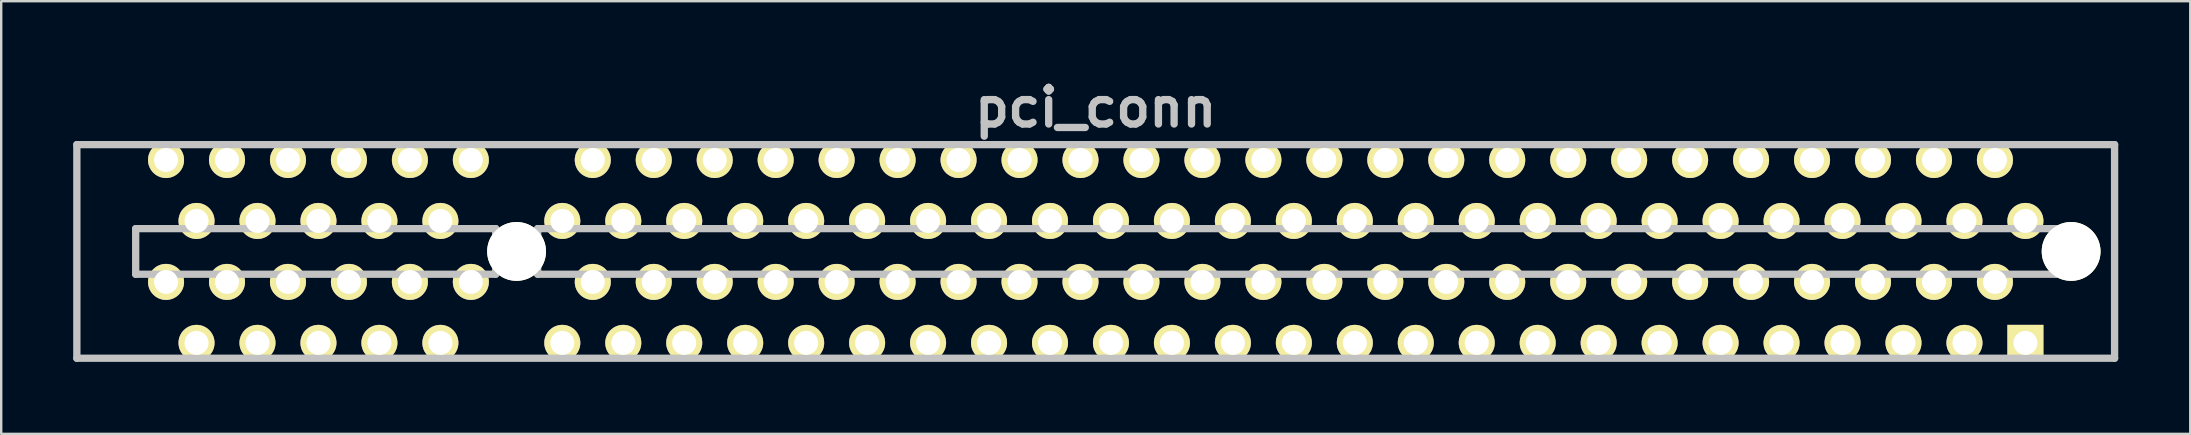
<source format=kicad_pcb>
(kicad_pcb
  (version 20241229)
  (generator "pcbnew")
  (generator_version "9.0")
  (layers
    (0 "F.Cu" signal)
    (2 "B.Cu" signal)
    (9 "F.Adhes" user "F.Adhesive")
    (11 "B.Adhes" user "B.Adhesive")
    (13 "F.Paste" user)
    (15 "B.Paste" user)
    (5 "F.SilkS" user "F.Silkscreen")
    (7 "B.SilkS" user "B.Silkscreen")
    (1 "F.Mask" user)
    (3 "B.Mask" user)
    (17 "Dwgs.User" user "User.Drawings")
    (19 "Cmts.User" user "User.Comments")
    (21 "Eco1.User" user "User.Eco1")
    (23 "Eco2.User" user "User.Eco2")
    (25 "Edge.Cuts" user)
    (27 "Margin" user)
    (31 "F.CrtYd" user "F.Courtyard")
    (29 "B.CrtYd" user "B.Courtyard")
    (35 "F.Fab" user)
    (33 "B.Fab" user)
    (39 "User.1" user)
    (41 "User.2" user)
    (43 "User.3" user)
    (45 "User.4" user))
  (footprint "pci_conn"
    (layer "F.Cu")
    (at 42.603 7.426)
    (property "Reference" "pci_conn" (at 0 -5.999 0) (layer "Dwgs.User") (effects (font (size 1.524 1.524) (thickness 0.305))))
    (attr through_hole)
    (fp_line (start -42.451 -4.45) (end -42.451 4.45) (stroke (width 0.305) (type solid)) (layer "Dwgs.User"))
    (fp_line (start -42.451 4.45) (end 42.451 4.45) (stroke (width 0.305) (type solid)) (layer "Dwgs.User"))
    (fp_line (start -40 -0.95) (end -40 0.95) (stroke (width 0.305) (type solid)) (layer "Dwgs.User"))
    (fp_line (start -40 0.95) (end -25.001 0.95) (stroke (width 0.305) (type solid)) (layer "Dwgs.User"))
    (fp_line (start -25.001 -0.95) (end -40 -0.95) (stroke (width 0.305) (type solid)) (layer "Dwgs.User"))
    (fp_line (start -25.001 0.95) (end -25.001 -0.95) (stroke (width 0.305) (type solid)) (layer "Dwgs.User"))
    (fp_line (start -23.251 -0.95) (end 40 -0.95) (stroke (width 0.305) (type solid)) (layer "Dwgs.User"))
    (fp_line (start -23.251 0.95) (end -23.251 -0.95) (stroke (width 0.305) (type solid)) (layer "Dwgs.User"))
    (fp_line (start 40 -0.95) (end 40 0.95) (stroke (width 0.305) (type solid)) (layer "Dwgs.User"))
    (fp_line (start 40 0.95) (end -23.251 0.95) (stroke (width 0.305) (type solid)) (layer "Dwgs.User"))
    (fp_line (start 42.451 -4.45) (end -42.451 -4.45) (stroke (width 0.305) (type solid)) (layer "Dwgs.User"))
    (fp_line (start 42.451 4.45) (end 42.451 -4.45) (stroke (width 0.305) (type solid)) (layer "Dwgs.User"))
    (pad "" np_thru_hole circle (at -24.13 0) (size 2.451 2.451) (drill 2.451) (layers "*.Cu" "F.SilkS"))
    (pad "" np_thru_hole circle (at 40.64 0) (size 2.451 2.451) (drill 2.451) (layers "*.Cu" "F.SilkS"))
    (pad "A1" thru_hole rect (at 38.735 3.81) (size 1.501 1.501) (drill 1.001) (layers "*.Cu" "*.Mask" "F.SilkS"))
    (pad "A2" thru_hole circle (at 37.465 1.27) (size 1.501 1.501) (drill 1.001) (layers "*.Cu" "*.Mask" "F.SilkS"))
    (pad "A3" thru_hole circle (at 36.195 3.81) (size 1.501 1.501) (drill 1.001) (layers "*.Cu" "*.Mask" "F.SilkS"))
    (pad "A4" thru_hole circle (at 34.925 1.27) (size 1.501 1.501) (drill 1.001) (layers "*.Cu" "*.Mask" "F.SilkS"))
    (pad "A5" thru_hole circle (at 33.655 3.81) (size 1.501 1.501) (drill 1.001) (layers "*.Cu" "*.Mask" "F.SilkS"))
    (pad "A6" thru_hole circle (at 32.385 1.27) (size 1.501 1.501) (drill 1.001) (layers "*.Cu" "*.Mask" "F.SilkS"))
    (pad "A7" thru_hole circle (at 31.115 3.81) (size 1.501 1.501) (drill 1.001) (layers "*.Cu" "*.Mask" "F.SilkS"))
    (pad "A8" thru_hole circle (at 29.845 1.27) (size 1.501 1.501) (drill 1.001) (layers "*.Cu" "*.Mask" "F.SilkS"))
    (pad "A9" thru_hole circle (at 28.575 3.81) (size 1.501 1.501) (drill 1.001) (layers "*.Cu" "*.Mask" "F.SilkS"))
    (pad "A10" thru_hole circle (at 27.305 1.27) (size 1.501 1.501) (drill 1.001) (layers "*.Cu" "*.Mask" "F.SilkS"))
    (pad "A11" thru_hole circle (at 26.035 3.81) (size 1.501 1.501) (drill 1.001) (layers "*.Cu" "*.Mask" "F.SilkS"))
    (pad "A12" thru_hole circle (at 24.765 1.27) (size 1.501 1.501) (drill 1.001) (layers "*.Cu" "*.Mask" "F.SilkS"))
    (pad "A13" thru_hole circle (at 23.495 3.81) (size 1.501 1.501) (drill 1.001) (layers "*.Cu" "*.Mask" "F.SilkS"))
    (pad "A14" thru_hole circle (at 22.225 1.27) (size 1.501 1.501) (drill 1.001) (layers "*.Cu" "*.Mask" "F.SilkS"))
    (pad "A15" thru_hole circle (at 20.955 3.81) (size 1.501 1.501) (drill 1.001) (layers "*.Cu" "*.Mask" "F.SilkS"))
    (pad "A16" thru_hole circle (at 19.685 1.27) (size 1.501 1.501) (drill 1.001) (layers "*.Cu" "*.Mask" "F.SilkS"))
    (pad "A17" thru_hole circle (at 18.415 3.81) (size 1.501 1.501) (drill 1.001) (layers "*.Cu" "*.Mask" "F.SilkS"))
    (pad "A18" thru_hole circle (at 17.145 1.27) (size 1.501 1.501) (drill 1.001) (layers "*.Cu" "*.Mask" "F.SilkS"))
    (pad "A19" thru_hole circle (at 15.875 3.81) (size 1.501 1.501) (drill 1.001) (layers "*.Cu" "*.Mask" "F.SilkS"))
    (pad "A20" thru_hole circle (at 14.605 1.27) (size 1.501 1.501) (drill 1.001) (layers "*.Cu" "*.Mask" "F.SilkS"))
    (pad "A21" thru_hole circle (at 13.335 3.81) (size 1.501 1.501) (drill 1.001) (layers "*.Cu" "*.Mask" "F.SilkS"))
    (pad "A22" thru_hole circle (at 12.065 1.27) (size 1.501 1.501) (drill 1.001) (layers "*.Cu" "*.Mask" "F.SilkS"))
    (pad "A23" thru_hole circle (at 10.795 3.81) (size 1.501 1.501) (drill 1.001) (layers "*.Cu" "*.Mask" "F.SilkS"))
    (pad "A24" thru_hole circle (at 9.525 1.27) (size 1.501 1.501) (drill 1.001) (layers "*.Cu" "*.Mask" "F.SilkS"))
    (pad "A25" thru_hole circle (at 8.255 3.81) (size 1.501 1.501) (drill 1.001) (layers "*.Cu" "*.Mask" "F.SilkS"))
    (pad "A26" thru_hole circle (at 6.985 1.27) (size 1.501 1.501) (drill 1.001) (layers "*.Cu" "*.Mask" "F.SilkS"))
    (pad "A27" thru_hole circle (at 5.715 3.81) (size 1.501 1.501) (drill 1.001) (layers "*.Cu" "*.Mask" "F.SilkS"))
    (pad "A28" thru_hole circle (at 4.445 1.27) (size 1.501 1.501) (drill 1.001) (layers "*.Cu" "*.Mask" "F.SilkS"))
    (pad "A29" thru_hole circle (at 3.175 3.81) (size 1.501 1.501) (drill 1.001) (layers "*.Cu" "*.Mask" "F.SilkS"))
    (pad "A30" thru_hole circle (at 1.905 1.27) (size 1.501 1.501) (drill 1.001) (layers "*.Cu" "*.Mask" "F.SilkS"))
    (pad "A31" thru_hole circle (at 0.635 3.81) (size 1.501 1.501) (drill 1.001) (layers "*.Cu" "*.Mask" "F.SilkS"))
    (pad "A32" thru_hole circle (at -0.635 1.27) (size 1.501 1.501) (drill 1.001) (layers "*.Cu" "*.Mask" "F.SilkS"))
    (pad "A33" thru_hole circle (at -1.905 3.81) (size 1.501 1.501) (drill 1.001) (layers "*.Cu" "*.Mask" "F.SilkS"))
    (pad "A34" thru_hole circle (at -3.175 1.27) (size 1.501 1.501) (drill 1.001) (layers "*.Cu" "*.Mask" "F.SilkS"))
    (pad "A35" thru_hole circle (at -4.445 3.81) (size 1.501 1.501) (drill 1.001) (layers "*.Cu" "*.Mask" "F.SilkS"))
    (pad "A36" thru_hole circle (at -5.715 1.27) (size 1.501 1.501) (drill 1.001) (layers "*.Cu" "*.Mask" "F.SilkS"))
    (pad "A37" thru_hole circle (at -6.985 3.81) (size 1.501 1.501) (drill 1.001) (layers "*.Cu" "*.Mask" "F.SilkS"))
    (pad "A38" thru_hole circle (at -8.255 1.27) (size 1.501 1.501) (drill 1.001) (layers "*.Cu" "*.Mask" "F.SilkS"))
    (pad "A39" thru_hole circle (at -9.525 3.81) (size 1.501 1.501) (drill 1.001) (layers "*.Cu" "*.Mask" "F.SilkS"))
    (pad "A40" thru_hole circle (at -10.795 1.27) (size 1.501 1.501) (drill 1.001) (layers "*.Cu" "*.Mask" "F.SilkS"))
    (pad "A41" thru_hole circle (at -12.065 3.81) (size 1.501 1.501) (drill 1.001) (layers "*.Cu" "*.Mask" "F.SilkS"))
    (pad "A42" thru_hole circle (at -13.335 1.27) (size 1.501 1.501) (drill 1.001) (layers "*.Cu" "*.Mask" "F.SilkS"))
    (pad "A43" thru_hole circle (at -14.605 3.81) (size 1.501 1.501) (drill 1.001) (layers "*.Cu" "*.Mask" "F.SilkS"))
    (pad "A44" thru_hole circle (at -15.875 1.27) (size 1.501 1.501) (drill 1.001) (layers "*.Cu" "*.Mask" "F.SilkS"))
    (pad "A45" thru_hole circle (at -17.145 3.81) (size 1.501 1.501) (drill 1.001) (layers "*.Cu" "*.Mask" "F.SilkS"))
    (pad "A46" thru_hole circle (at -18.415 1.27) (size 1.501 1.501) (drill 1.001) (layers "*.Cu" "*.Mask" "F.SilkS"))
    (pad "A47" thru_hole circle (at -19.685 3.81) (size 1.501 1.501) (drill 1.001) (layers "*.Cu" "*.Mask" "F.SilkS"))
    (pad "A48" thru_hole circle (at -20.955 1.27) (size 1.501 1.501) (drill 1.001) (layers "*.Cu" "*.Mask" "F.SilkS"))
    (pad "A49" thru_hole circle (at -22.225 3.81) (size 1.501 1.501) (drill 1.001) (layers "*.Cu" "*.Mask" "F.SilkS"))
    (pad "A50" thru_hole circle (at -26.035 1.27) (size 1.501 1.501) (drill 1.001) (layers "*.Cu" "*.Mask" "F.SilkS"))
    (pad "A51" thru_hole circle (at -27.305 3.81) (size 1.501 1.501) (drill 1.001) (layers "*.Cu" "*.Mask" "F.SilkS"))
    (pad "A52" thru_hole circle (at -28.575 1.27) (size 1.501 1.501) (drill 1.001) (layers "*.Cu" "*.Mask" "F.SilkS"))
    (pad "A53" thru_hole circle (at -29.845 3.81) (size 1.501 1.501) (drill 1.001) (layers "*.Cu" "*.Mask" "F.SilkS"))
    (pad "A54" thru_hole circle (at -31.115 1.27) (size 1.501 1.501) (drill 1.001) (layers "*.Cu" "*.Mask" "F.SilkS"))
    (pad "A55" thru_hole circle (at -32.385 3.81) (size 1.501 1.501) (drill 1.001) (layers "*.Cu" "*.Mask" "F.SilkS"))
    (pad "A56" thru_hole circle (at -33.655 1.27) (size 1.501 1.501) (drill 1.001) (layers "*.Cu" "*.Mask" "F.SilkS"))
    (pad "A57" thru_hole circle (at -34.925 3.81) (size 1.501 1.501) (drill 1.001) (layers "*.Cu" "*.Mask" "F.SilkS"))
    (pad "A58" thru_hole circle (at -36.195 1.27) (size 1.501 1.501) (drill 1.001) (layers "*.Cu" "*.Mask" "F.SilkS"))
    (pad "A59" thru_hole circle (at -37.465 3.81) (size 1.501 1.501) (drill 1.001) (layers "*.Cu" "*.Mask" "F.SilkS"))
    (pad "A60" thru_hole circle (at -38.735 1.27) (size 1.501 1.501) (drill 1.001) (layers "*.Cu" "*.Mask" "F.SilkS"))
    (pad "B1" thru_hole circle (at 38.735 -1.27) (size 1.501 1.501) (drill 1.001) (layers "*.Cu" "*.Mask" "F.SilkS"))
    (pad "B2" thru_hole circle (at 37.465 -3.81) (size 1.501 1.501) (drill 1.001) (layers "*.Cu" "*.Mask" "F.SilkS"))
    (pad "B3" thru_hole circle (at 36.195 -1.27) (size 1.501 1.501) (drill 1.001) (layers "*.Cu" "*.Mask" "F.SilkS"))
    (pad "B4" thru_hole circle (at 34.925 -3.81) (size 1.501 1.501) (drill 1.001) (layers "*.Cu" "*.Mask" "F.SilkS"))
    (pad "B5" thru_hole circle (at 33.655 -1.27) (size 1.501 1.501) (drill 1.001) (layers "*.Cu" "*.Mask" "F.SilkS"))
    (pad "B6" thru_hole circle (at 32.385 -3.81) (size 1.501 1.501) (drill 1.001) (layers "*.Cu" "*.Mask" "F.SilkS"))
    (pad "B7" thru_hole circle (at 31.115 -1.27) (size 1.501 1.501) (drill 1.001) (layers "*.Cu" "*.Mask" "F.SilkS"))
    (pad "B8" thru_hole circle (at 29.845 -3.81) (size 1.501 1.501) (drill 1.001) (layers "*.Cu" "*.Mask" "F.SilkS"))
    (pad "B9" thru_hole circle (at 28.575 -1.27) (size 1.501 1.501) (drill 1.001) (layers "*.Cu" "*.Mask" "F.SilkS"))
    (pad "B10" thru_hole circle (at 27.305 -3.81) (size 1.501 1.501) (drill 1.001) (layers "*.Cu" "*.Mask" "F.SilkS"))
    (pad "B11" thru_hole circle (at 26.035 -1.27) (size 1.501 1.501) (drill 1.001) (layers "*.Cu" "*.Mask" "F.SilkS"))
    (pad "B12" thru_hole circle (at 24.765 -3.81) (size 1.501 1.501) (drill 1.001) (layers "*.Cu" "*.Mask" "F.SilkS"))
    (pad "B13" thru_hole circle (at 23.495 -1.27) (size 1.501 1.501) (drill 1.001) (layers "*.Cu" "*.Mask" "F.SilkS"))
    (pad "B14" thru_hole circle (at 22.225 -3.81) (size 1.501 1.501) (drill 1.001) (layers "*.Cu" "*.Mask" "F.SilkS"))
    (pad "B15" thru_hole circle (at 20.955 -1.27) (size 1.501 1.501) (drill 1.001) (layers "*.Cu" "*.Mask" "F.SilkS"))
    (pad "B16" thru_hole circle (at 19.685 -3.81) (size 1.501 1.501) (drill 1.001) (layers "*.Cu" "*.Mask" "F.SilkS"))
    (pad "B17" thru_hole circle (at 18.415 -1.27) (size 1.501 1.501) (drill 1.001) (layers "*.Cu" "*.Mask" "F.SilkS"))
    (pad "B18" thru_hole circle (at 17.145 -3.81) (size 1.501 1.501) (drill 1.001) (layers "*.Cu" "*.Mask" "F.SilkS"))
    (pad "B19" thru_hole circle (at 15.875 -1.27) (size 1.501 1.501) (drill 1.001) (layers "*.Cu" "*.Mask" "F.SilkS"))
    (pad "B20" thru_hole circle (at 14.605 -3.81) (size 1.501 1.501) (drill 1.001) (layers "*.Cu" "*.Mask" "F.SilkS"))
    (pad "B21" thru_hole circle (at 13.335 -1.27) (size 1.501 1.501) (drill 1.001) (layers "*.Cu" "*.Mask" "F.SilkS"))
    (pad "B22" thru_hole circle (at 12.065 -3.81) (size 1.501 1.501) (drill 1.001) (layers "*.Cu" "*.Mask" "F.SilkS"))
    (pad "B23" thru_hole circle (at 10.795 -1.27) (size 1.501 1.501) (drill 1.001) (layers "*.Cu" "*.Mask" "F.SilkS"))
    (pad "B24" thru_hole circle (at 9.525 -3.81) (size 1.501 1.501) (drill 1.001) (layers "*.Cu" "*.Mask" "F.SilkS"))
    (pad "B25" thru_hole circle (at 8.255 -1.27) (size 1.501 1.501) (drill 1.001) (layers "*.Cu" "*.Mask" "F.SilkS"))
    (pad "B26" thru_hole circle (at 6.985 -3.81) (size 1.501 1.501) (drill 1.001) (layers "*.Cu" "*.Mask" "F.SilkS"))
    (pad "B27" thru_hole circle (at 5.715 -1.27) (size 1.501 1.501) (drill 1.001) (layers "*.Cu" "*.Mask" "F.SilkS"))
    (pad "B28" thru_hole circle (at 4.445 -3.81) (size 1.501 1.501) (drill 1.001) (layers "*.Cu" "*.Mask" "F.SilkS"))
    (pad "B29" thru_hole circle (at 3.175 -1.27) (size 1.501 1.501) (drill 1.001) (layers "*.Cu" "*.Mask" "F.SilkS"))
    (pad "B30" thru_hole circle (at 1.905 -3.81) (size 1.501 1.501) (drill 1.001) (layers "*.Cu" "*.Mask" "F.SilkS"))
    (pad "B31" thru_hole circle (at 0.635 -1.27) (size 1.501 1.501) (drill 1.001) (layers "*.Cu" "*.Mask" "F.SilkS"))
    (pad "B32" thru_hole circle (at -0.635 -3.81) (size 1.501 1.501) (drill 1.001) (layers "*.Cu" "*.Mask" "F.SilkS"))
    (pad "B33" thru_hole circle (at -1.905 -1.27) (size 1.501 1.501) (drill 1.001) (layers "*.Cu" "*.Mask" "F.SilkS"))
    (pad "B34" thru_hole circle (at -3.175 -3.81) (size 1.501 1.501) (drill 1.001) (layers "*.Cu" "*.Mask" "F.SilkS"))
    (pad "B35" thru_hole circle (at -4.445 -1.27) (size 1.501 1.501) (drill 1.001) (layers "*.Cu" "*.Mask" "F.SilkS"))
    (pad "B36" thru_hole circle (at -5.715 -3.81) (size 1.501 1.501) (drill 1.001) (layers "*.Cu" "*.Mask" "F.SilkS"))
    (pad "B37" thru_hole circle (at -6.985 -1.27) (size 1.501 1.501) (drill 1.001) (layers "*.Cu" "*.Mask" "F.SilkS"))
    (pad "B38" thru_hole circle (at -8.255 -3.81) (size 1.501 1.501) (drill 1.001) (layers "*.Cu" "*.Mask" "F.SilkS"))
    (pad "B39" thru_hole circle (at -9.525 -1.27) (size 1.501 1.501) (drill 1.001) (layers "*.Cu" "*.Mask" "F.SilkS"))
    (pad "B40" thru_hole circle (at -10.795 -3.81) (size 1.501 1.501) (drill 1.001) (layers "*.Cu" "*.Mask" "F.SilkS"))
    (pad "B41" thru_hole circle (at -12.065 -1.27) (size 1.501 1.501) (drill 1.001) (layers "*.Cu" "*.Mask" "F.SilkS"))
    (pad "B42" thru_hole circle (at -13.335 -3.81) (size 1.501 1.501) (drill 1.001) (layers "*.Cu" "*.Mask" "F.SilkS"))
    (pad "B43" thru_hole circle (at -14.605 -1.27) (size 1.501 1.501) (drill 1.001) (layers "*.Cu" "*.Mask" "F.SilkS"))
    (pad "B44" thru_hole circle (at -15.875 -3.81) (size 1.501 1.501) (drill 1.001) (layers "*.Cu" "*.Mask" "F.SilkS"))
    (pad "B45" thru_hole circle (at -17.145 -1.27) (size 1.501 1.501) (drill 1.001) (layers "*.Cu" "*.Mask" "F.SilkS"))
    (pad "B46" thru_hole circle (at -18.415 -3.81) (size 1.501 1.501) (drill 1.001) (layers "*.Cu" "*.Mask" "F.SilkS"))
    (pad "B47" thru_hole circle (at -19.685 -1.27) (size 1.501 1.501) (drill 1.001) (layers "*.Cu" "*.Mask" "F.SilkS"))
    (pad "B48" thru_hole circle (at -20.955 -3.81) (size 1.501 1.501) (drill 1.001) (layers "*.Cu" "*.Mask" "F.SilkS"))
    (pad "B49" thru_hole circle (at -22.225 -1.27) (size 1.501 1.501) (drill 1.001) (layers "*.Cu" "*.Mask" "F.SilkS"))
    (pad "B50" thru_hole circle (at -26.035 -3.81) (size 1.501 1.501) (drill 1.001) (layers "*.Cu" "*.Mask" "F.SilkS"))
    (pad "B51" thru_hole circle (at -27.305 -1.27) (size 1.501 1.501) (drill 1.001) (layers "*.Cu" "*.Mask" "F.SilkS"))
    (pad "B52" thru_hole circle (at -28.575 -3.81) (size 1.501 1.501) (drill 1.001) (layers "*.Cu" "*.Mask" "F.SilkS"))
    (pad "B53" thru_hole circle (at -29.845 -1.27) (size 1.501 1.501) (drill 1.001) (layers "*.Cu" "*.Mask" "F.SilkS"))
    (pad "B54" thru_hole circle (at -31.115 -3.81) (size 1.501 1.501) (drill 1.001) (layers "*.Cu" "*.Mask" "F.SilkS"))
    (pad "B55" thru_hole circle (at -32.385 -1.27) (size 1.501 1.501) (drill 1.001) (layers "*.Cu" "*.Mask" "F.SilkS"))
    (pad "B56" thru_hole circle (at -33.655 -3.81) (size 1.501 1.501) (drill 1.001) (layers "*.Cu" "*.Mask" "F.SilkS"))
    (pad "B57" thru_hole circle (at -34.925 -1.27) (size 1.501 1.501) (drill 1.001) (layers "*.Cu" "*.Mask" "F.SilkS"))
    (pad "B58" thru_hole circle (at -36.195 -3.81) (size 1.501 1.501) (drill 1.001) (layers "*.Cu" "*.Mask" "F.SilkS"))
    (pad "B59" thru_hole circle (at -37.465 -1.27) (size 1.501 1.501) (drill 1.001) (layers "*.Cu" "*.Mask" "F.SilkS"))
    (pad "B60" thru_hole circle (at -38.735 -3.81) (size 1.501 1.501) (drill 1.001) (layers "*.Cu" "*.Mask" "F.SilkS")))
  (gr_rect
    (start -3 -3)
    (end 88.207 15.028)
    (stroke (width 0.1) (type default))
    (fill no)
    (layer "Edge.Cuts")))
</source>
